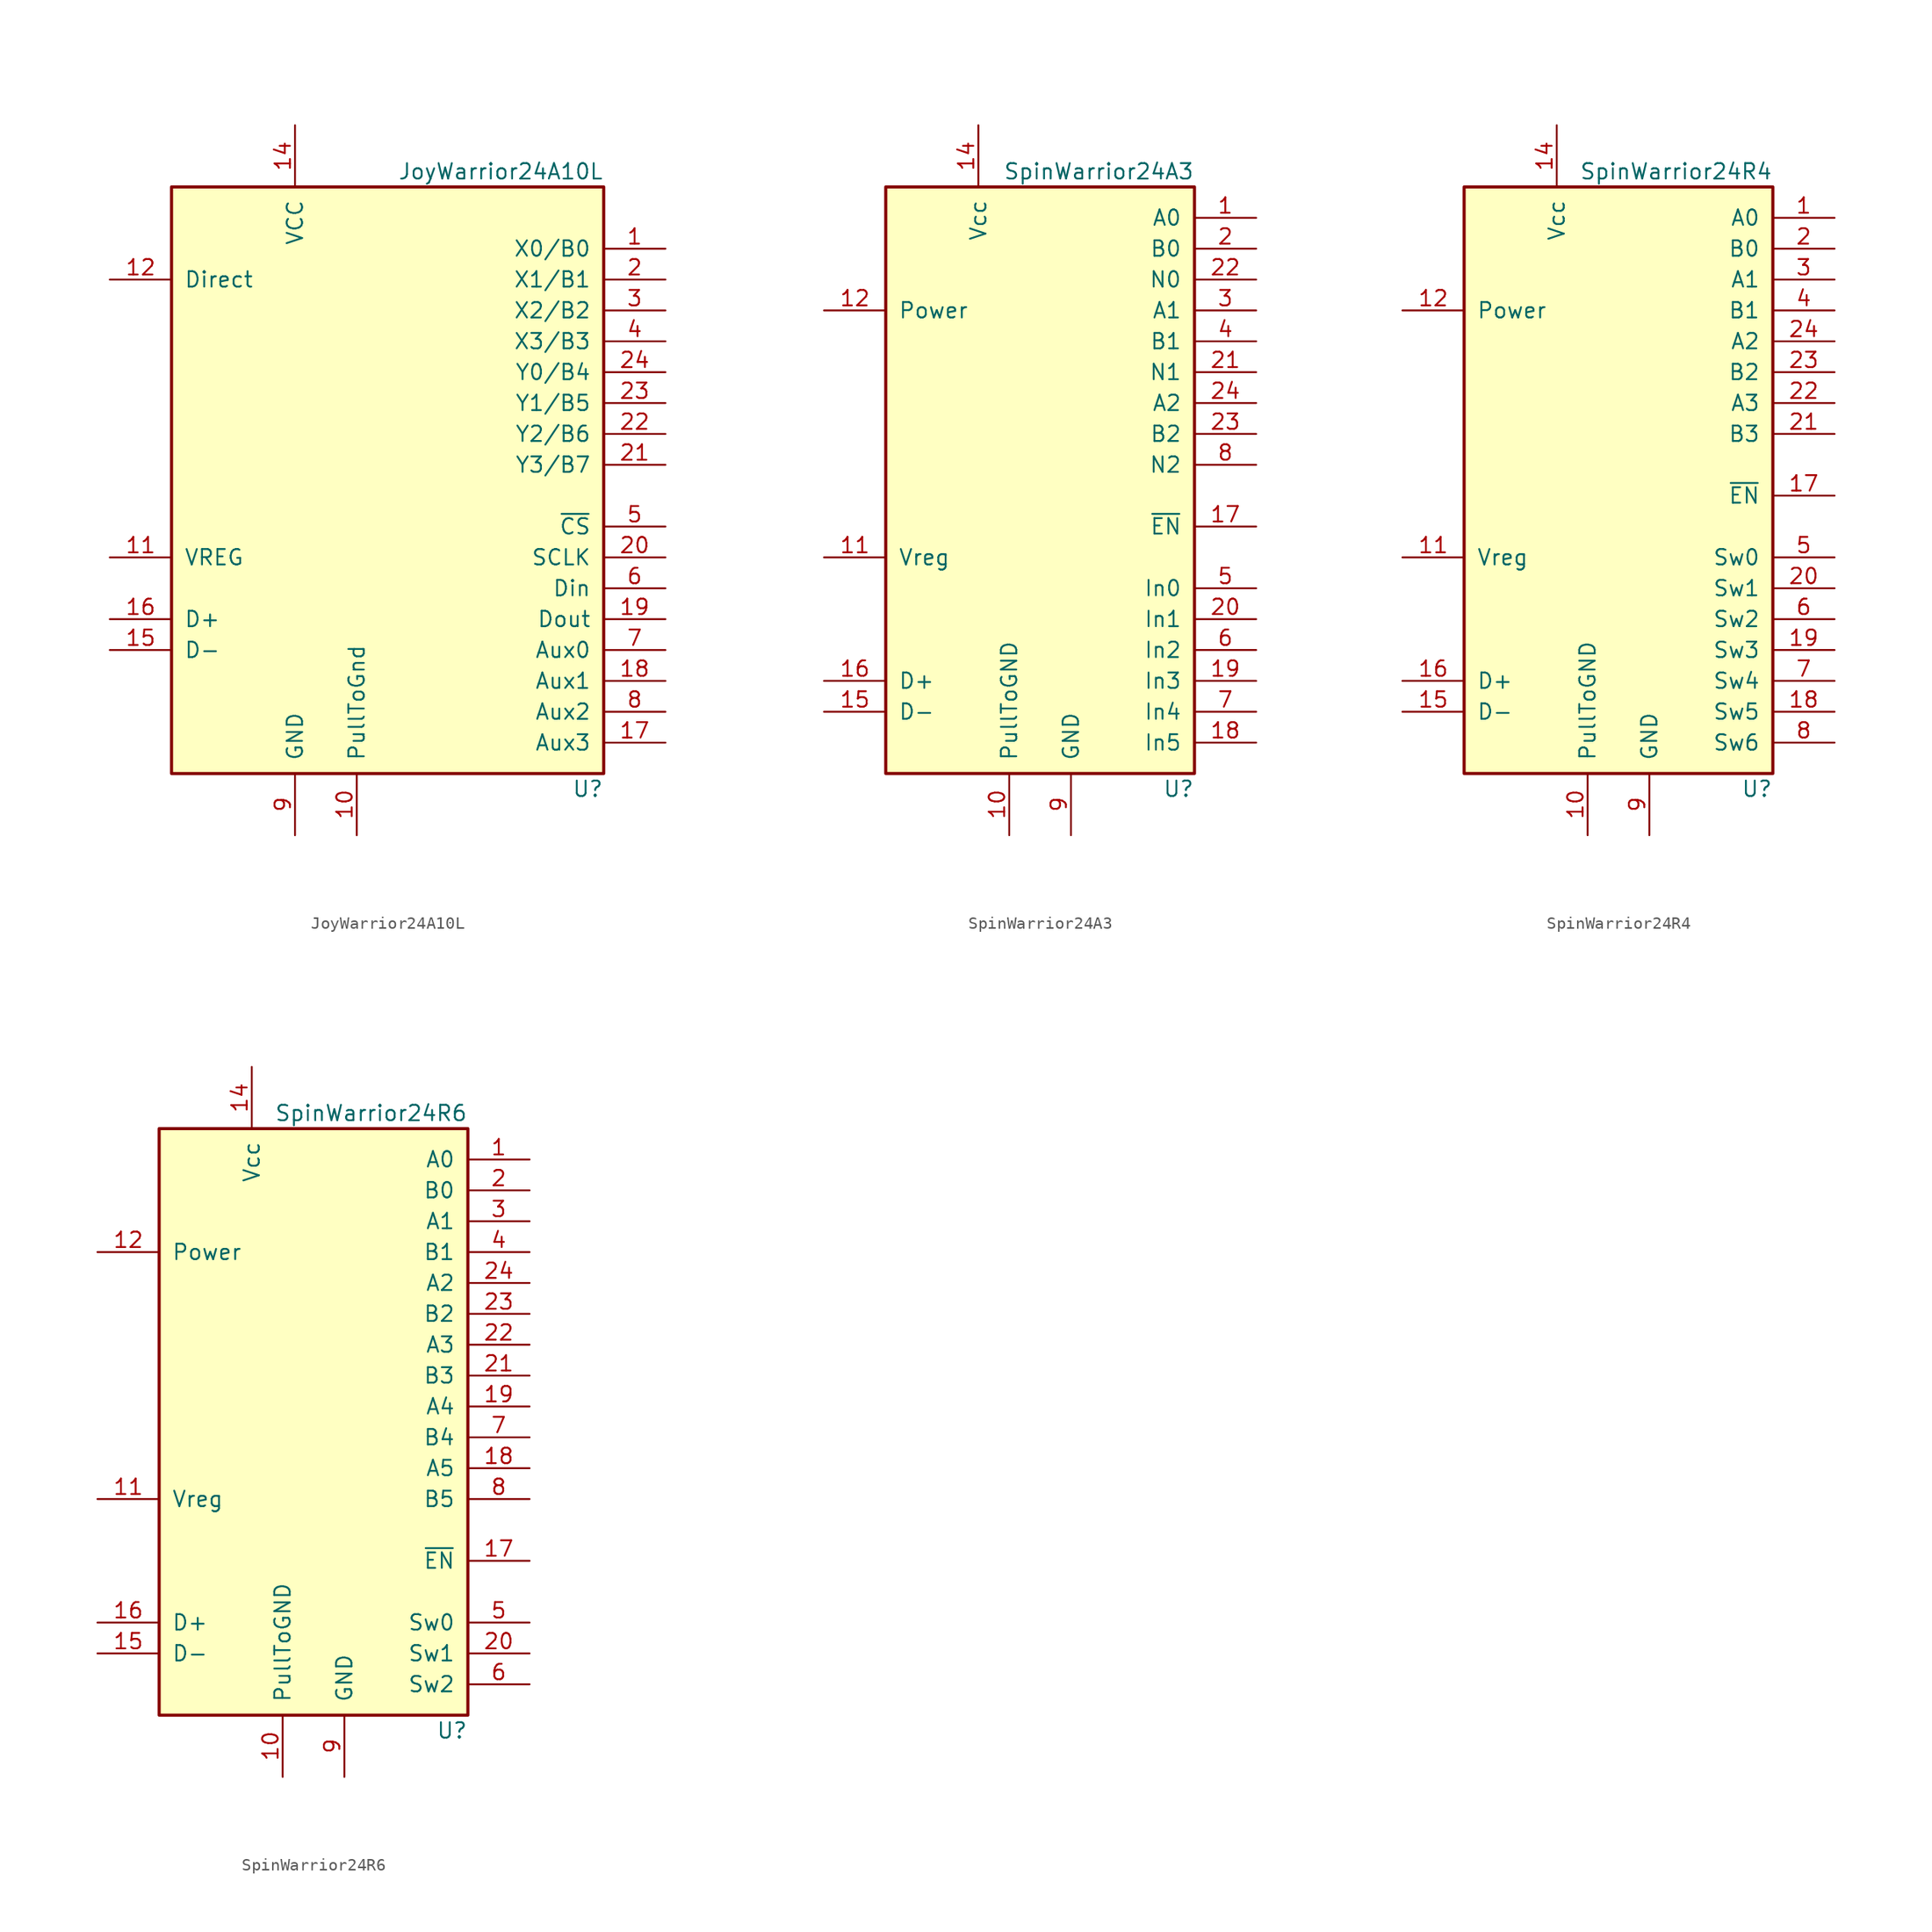
<source format=kicad_sym>
(kicad_symbol_lib
  (version 20201005)
  (generator kicad_symbol_editor)
  (symbol "JoyWarrior24A10L"
    (pin_names
      (offset 1.016))
    (property "Reference" "U"
      (at 17.78 -24.13 0)
      (effects (font (size 1.27 1.27)) (justify right)))
    (property "Value" "JoyWarrior24A10L"
      (at 17.78 26.67 0)
      (effects (font (size 1.27 1.27)) (justify right)))
    (symbol "JoyWarrior24A10L_0_1"
      (rectangle (start -17.78 25.4) (end 17.78 -22.86) (stroke (width 0.254)) (fill (type background))))
    (symbol "JoyWarrior24A10L_1_1"
      (pin input line (at 22.86 20.32 180) (length 5.08) (name "X0/B0" (effects (font (size 1.27 1.27)))) (number "1" (effects (font (size 1.27 1.27)))))
      (pin input line (at -2.54 -27.94 90) (length 5.08) (name "PullToGnd" (effects (font (size 1.27 1.27)))) (number "10" (effects (font (size 1.27 1.27)))))
      (pin power_out line (at -22.86 -5.08 0) (length 5.08) (name "VREG" (effects (font (size 1.27 1.27)))) (number "11" (effects (font (size 1.27 1.27)))))
      (pin input line (at -22.86 17.78 0) (length 5.08) (name "Direct" (effects (font (size 1.27 1.27)))) (number "12" (effects (font (size 1.27 1.27)))))
      (pin no_connect line (at -22.86 22.86 0) (length 5.08) hide (name "NC" (effects (font (size 1.27 1.27)))) (number "13" (effects (font (size 1.27 1.27)))))
      (pin power_in line (at -7.62 30.48 270) (length 5.08) (name "VCC" (effects (font (size 1.27 1.27)))) (number "14" (effects (font (size 1.27 1.27)))))
      (pin bidirectional line (at -22.86 -12.7 0) (length 5.08) (name "D-" (effects (font (size 1.27 1.27)))) (number "15" (effects (font (size 1.27 1.27)))))
      (pin bidirectional line (at -22.86 -10.16 0) (length 5.08) (name "D+" (effects (font (size 1.27 1.27)))) (number "16" (effects (font (size 1.27 1.27)))))
      (pin output line (at 22.86 -20.32 180) (length 5.08) (name "Aux3" (effects (font (size 1.27 1.27)))) (number "17" (effects (font (size 1.27 1.27)))))
      (pin output line (at 22.86 -15.24 180) (length 5.08) (name "Aux1" (effects (font (size 1.27 1.27)))) (number "18" (effects (font (size 1.27 1.27)))))
      (pin output line (at 22.86 -10.16 180) (length 5.08) (name "Dout" (effects (font (size 1.27 1.27)))) (number "19" (effects (font (size 1.27 1.27)))))
      (pin input line (at 22.86 17.78 180) (length 5.08) (name "X1/B1" (effects (font (size 1.27 1.27)))) (number "2" (effects (font (size 1.27 1.27)))))
      (pin output line (at 22.86 -5.08 180) (length 5.08) (name "SCLK" (effects (font (size 1.27 1.27)))) (number "20" (effects (font (size 1.27 1.27)))))
      (pin input line (at 22.86 2.54 180) (length 5.08) (name "Y3/B7" (effects (font (size 1.27 1.27)))) (number "21" (effects (font (size 1.27 1.27)))))
      (pin input line (at 22.86 5.08 180) (length 5.08) (name "Y2/B6" (effects (font (size 1.27 1.27)))) (number "22" (effects (font (size 1.27 1.27)))))
      (pin input line (at 22.86 7.62 180) (length 5.08) (name "Y1/B5" (effects (font (size 1.27 1.27)))) (number "23" (effects (font (size 1.27 1.27)))))
      (pin input line (at 22.86 10.16 180) (length 5.08) (name "Y0/B4" (effects (font (size 1.27 1.27)))) (number "24" (effects (font (size 1.27 1.27)))))
      (pin input line (at 22.86 15.24 180) (length 5.08) (name "X2/B2" (effects (font (size 1.27 1.27)))) (number "3" (effects (font (size 1.27 1.27)))))
      (pin input line (at 22.86 12.7 180) (length 5.08) (name "X3/B3" (effects (font (size 1.27 1.27)))) (number "4" (effects (font (size 1.27 1.27)))))
      (pin output line (at 22.86 -2.54 180) (length 5.08) (name "~CS" (effects (font (size 1.27 1.27)))) (number "5" (effects (font (size 1.27 1.27)))))
      (pin input line (at 22.86 -7.62 180) (length 5.08) (name "Din" (effects (font (size 1.27 1.27)))) (number "6" (effects (font (size 1.27 1.27)))))
      (pin output line (at 22.86 -12.7 180) (length 5.08) (name "Aux0" (effects (font (size 1.27 1.27)))) (number "7" (effects (font (size 1.27 1.27)))))
      (pin output line (at 22.86 -17.78 180) (length 5.08) (name "Aux2" (effects (font (size 1.27 1.27)))) (number "8" (effects (font (size 1.27 1.27)))))
      (pin power_in line (at -7.62 -27.94 90) (length 5.08) (name "GND" (effects (font (size 1.27 1.27)))) (number "9" (effects (font (size 1.27 1.27)))))))
  (symbol "SpinWarrior24A3"
    (pin_names
      (offset 1.016))
    (property "Reference" "U"
      (at 12.7 -24.13 0)
      (effects (font (size 1.27 1.27)) (justify right)))
    (property "Value" "SpinWarrior24A3"
      (at 12.7 26.67 0)
      (effects (font (size 1.27 1.27)) (justify right)))
    (symbol "SpinWarrior24A3_1_1"
      (rectangle (start -12.7 25.4) (end 12.7 -22.86) (stroke (width 0.254)) (fill (type background)))
      (pin input line (at 17.78 22.86 180) (length 5.08) (name "A0" (effects (font (size 1.27 1.27)))) (number "1" (effects (font (size 1.27 1.27)))))
      (pin input line (at -2.54 -27.94 90) (length 5.08) (name "PullToGND" (effects (font (size 1.27 1.27)))) (number "10" (effects (font (size 1.27 1.27)))))
      (pin power_out line (at -17.78 -5.08 0) (length 5.08) (name "Vreg" (effects (font (size 1.27 1.27)))) (number "11" (effects (font (size 1.27 1.27)))))
      (pin input line (at -17.78 15.24 0) (length 5.08) (name "Power" (effects (font (size 1.27 1.27)))) (number "12" (effects (font (size 1.27 1.27)))))
      (pin no_connect line (at -17.78 22.86 0) (length 5.08) hide (name "NC" (effects (font (size 1.27 1.27)))) (number "13" (effects (font (size 1.27 1.27)))))
      (pin power_in line (at -5.08 30.48 270) (length 5.08) (name "Vcc" (effects (font (size 1.27 1.27)))) (number "14" (effects (font (size 1.27 1.27)))))
      (pin bidirectional line (at -17.78 -17.78 0) (length 5.08) (name "D-" (effects (font (size 1.27 1.27)))) (number "15" (effects (font (size 1.27 1.27)))))
      (pin bidirectional line (at -17.78 -15.24 0) (length 5.08) (name "D+" (effects (font (size 1.27 1.27)))) (number "16" (effects (font (size 1.27 1.27)))))
      (pin open_collector line (at 17.78 -2.54 180) (length 5.08) (name "~EN" (effects (font (size 1.27 1.27)))) (number "17" (effects (font (size 1.27 1.27)))))
      (pin input line (at 17.78 -20.32 180) (length 5.08) (name "In5" (effects (font (size 1.27 1.27)))) (number "18" (effects (font (size 1.27 1.27)))))
      (pin input line (at 17.78 -15.24 180) (length 5.08) (name "In3" (effects (font (size 1.27 1.27)))) (number "19" (effects (font (size 1.27 1.27)))))
      (pin input line (at 17.78 20.32 180) (length 5.08) (name "B0" (effects (font (size 1.27 1.27)))) (number "2" (effects (font (size 1.27 1.27)))))
      (pin input line (at 17.78 -10.16 180) (length 5.08) (name "In1" (effects (font (size 1.27 1.27)))) (number "20" (effects (font (size 1.27 1.27)))))
      (pin input line (at 17.78 10.16 180) (length 5.08) (name "N1" (effects (font (size 1.27 1.27)))) (number "21" (effects (font (size 1.27 1.27)))))
      (pin input line (at 17.78 17.78 180) (length 5.08) (name "N0" (effects (font (size 1.27 1.27)))) (number "22" (effects (font (size 1.27 1.27)))))
      (pin input line (at 17.78 5.08 180) (length 5.08) (name "B2" (effects (font (size 1.27 1.27)))) (number "23" (effects (font (size 1.27 1.27)))))
      (pin input line (at 17.78 7.62 180) (length 5.08) (name "A2" (effects (font (size 1.27 1.27)))) (number "24" (effects (font (size 1.27 1.27)))))
      (pin input line (at 17.78 15.24 180) (length 5.08) (name "A1" (effects (font (size 1.27 1.27)))) (number "3" (effects (font (size 1.27 1.27)))))
      (pin input line (at 17.78 12.7 180) (length 5.08) (name "B1" (effects (font (size 1.27 1.27)))) (number "4" (effects (font (size 1.27 1.27)))))
      (pin input line (at 17.78 -7.62 180) (length 5.08) (name "In0" (effects (font (size 1.27 1.27)))) (number "5" (effects (font (size 1.27 1.27)))))
      (pin input line (at 17.78 -12.7 180) (length 5.08) (name "In2" (effects (font (size 1.27 1.27)))) (number "6" (effects (font (size 1.27 1.27)))))
      (pin input line (at 17.78 -17.78 180) (length 5.08) (name "In4" (effects (font (size 1.27 1.27)))) (number "7" (effects (font (size 1.27 1.27)))))
      (pin input line (at 17.78 2.54 180) (length 5.08) (name "N2" (effects (font (size 1.27 1.27)))) (number "8" (effects (font (size 1.27 1.27)))))
      (pin power_in line (at 2.54 -27.94 90) (length 5.08) (name "GND" (effects (font (size 1.27 1.27)))) (number "9" (effects (font (size 1.27 1.27)))))))
  (symbol "SpinWarrior24R4"
    (pin_names
      (offset 1.016))
    (property "Reference" "U"
      (at 12.7 -24.13 0)
      (effects (font (size 1.27 1.27)) (justify right)))
    (property "Value" "SpinWarrior24R4"
      (at 12.7 26.67 0)
      (effects (font (size 1.27 1.27)) (justify right)))
    (symbol "SpinWarrior24R4_1_1"
      (rectangle (start -12.7 25.4) (end 12.7 -22.86) (stroke (width 0.254)) (fill (type background)))
      (pin input line (at 17.78 22.86 180) (length 5.08) (name "A0" (effects (font (size 1.27 1.27)))) (number "1" (effects (font (size 1.27 1.27)))))
      (pin input line (at -2.54 -27.94 90) (length 5.08) (name "PullToGND" (effects (font (size 1.27 1.27)))) (number "10" (effects (font (size 1.27 1.27)))))
      (pin power_out line (at -17.78 -5.08 0) (length 5.08) (name "Vreg" (effects (font (size 1.27 1.27)))) (number "11" (effects (font (size 1.27 1.27)))))
      (pin input line (at -17.78 15.24 0) (length 5.08) (name "Power" (effects (font (size 1.27 1.27)))) (number "12" (effects (font (size 1.27 1.27)))))
      (pin no_connect line (at -17.78 22.86 0) (length 5.08) hide (name "NC" (effects (font (size 1.27 1.27)))) (number "13" (effects (font (size 1.27 1.27)))))
      (pin power_in line (at -5.08 30.48 270) (length 5.08) (name "Vcc" (effects (font (size 1.27 1.27)))) (number "14" (effects (font (size 1.27 1.27)))))
      (pin bidirectional line (at -17.78 -17.78 0) (length 5.08) (name "D-" (effects (font (size 1.27 1.27)))) (number "15" (effects (font (size 1.27 1.27)))))
      (pin bidirectional line (at -17.78 -15.24 0) (length 5.08) (name "D+" (effects (font (size 1.27 1.27)))) (number "16" (effects (font (size 1.27 1.27)))))
      (pin open_collector line (at 17.78 0 180) (length 5.08) (name "~EN" (effects (font (size 1.27 1.27)))) (number "17" (effects (font (size 1.27 1.27)))))
      (pin input line (at 17.78 -17.78 180) (length 5.08) (name "Sw5" (effects (font (size 1.27 1.27)))) (number "18" (effects (font (size 1.27 1.27)))))
      (pin input line (at 17.78 -12.7 180) (length 5.08) (name "Sw3" (effects (font (size 1.27 1.27)))) (number "19" (effects (font (size 1.27 1.27)))))
      (pin input line (at 17.78 20.32 180) (length 5.08) (name "B0" (effects (font (size 1.27 1.27)))) (number "2" (effects (font (size 1.27 1.27)))))
      (pin input line (at 17.78 -7.62 180) (length 5.08) (name "Sw1" (effects (font (size 1.27 1.27)))) (number "20" (effects (font (size 1.27 1.27)))))
      (pin input line (at 17.78 5.08 180) (length 5.08) (name "B3" (effects (font (size 1.27 1.27)))) (number "21" (effects (font (size 1.27 1.27)))))
      (pin input line (at 17.78 7.62 180) (length 5.08) (name "A3" (effects (font (size 1.27 1.27)))) (number "22" (effects (font (size 1.27 1.27)))))
      (pin input line (at 17.78 10.16 180) (length 5.08) (name "B2" (effects (font (size 1.27 1.27)))) (number "23" (effects (font (size 1.27 1.27)))))
      (pin input line (at 17.78 12.7 180) (length 5.08) (name "A2" (effects (font (size 1.27 1.27)))) (number "24" (effects (font (size 1.27 1.27)))))
      (pin input line (at 17.78 17.78 180) (length 5.08) (name "A1" (effects (font (size 1.27 1.27)))) (number "3" (effects (font (size 1.27 1.27)))))
      (pin input line (at 17.78 15.24 180) (length 5.08) (name "B1" (effects (font (size 1.27 1.27)))) (number "4" (effects (font (size 1.27 1.27)))))
      (pin input line (at 17.78 -5.08 180) (length 5.08) (name "Sw0" (effects (font (size 1.27 1.27)))) (number "5" (effects (font (size 1.27 1.27)))))
      (pin input line (at 17.78 -10.16 180) (length 5.08) (name "Sw2" (effects (font (size 1.27 1.27)))) (number "6" (effects (font (size 1.27 1.27)))))
      (pin input line (at 17.78 -15.24 180) (length 5.08) (name "Sw4" (effects (font (size 1.27 1.27)))) (number "7" (effects (font (size 1.27 1.27)))))
      (pin input line (at 17.78 -20.32 180) (length 5.08) (name "Sw6" (effects (font (size 1.27 1.27)))) (number "8" (effects (font (size 1.27 1.27)))))
      (pin power_in line (at 2.54 -27.94 90) (length 5.08) (name "GND" (effects (font (size 1.27 1.27)))) (number "9" (effects (font (size 1.27 1.27)))))))
  (symbol "SpinWarrior24R6"
    (pin_names
      (offset 1.016))
    (property "Reference" "U"
      (at 12.7 -24.13 0)
      (effects (font (size 1.27 1.27)) (justify right)))
    (property "Value" "SpinWarrior24R6"
      (at 12.7 26.67 0)
      (effects (font (size 1.27 1.27)) (justify right)))
    (symbol "SpinWarrior24R6_1_1"
      (rectangle (start -12.7 25.4) (end 12.7 -22.86) (stroke (width 0.254)) (fill (type background)))
      (pin input line (at 17.78 22.86 180) (length 5.08) (name "A0" (effects (font (size 1.27 1.27)))) (number "1" (effects (font (size 1.27 1.27)))))
      (pin input line (at -2.54 -27.94 90) (length 5.08) (name "PullToGND" (effects (font (size 1.27 1.27)))) (number "10" (effects (font (size 1.27 1.27)))))
      (pin power_out line (at -17.78 -5.08 0) (length 5.08) (name "Vreg" (effects (font (size 1.27 1.27)))) (number "11" (effects (font (size 1.27 1.27)))))
      (pin input line (at -17.78 15.24 0) (length 5.08) (name "Power" (effects (font (size 1.27 1.27)))) (number "12" (effects (font (size 1.27 1.27)))))
      (pin no_connect line (at -17.78 22.86 0) (length 5.08) hide (name "NC" (effects (font (size 1.27 1.27)))) (number "13" (effects (font (size 1.27 1.27)))))
      (pin power_in line (at -5.08 30.48 270) (length 5.08) (name "Vcc" (effects (font (size 1.27 1.27)))) (number "14" (effects (font (size 1.27 1.27)))))
      (pin bidirectional line (at -17.78 -17.78 0) (length 5.08) (name "D-" (effects (font (size 1.27 1.27)))) (number "15" (effects (font (size 1.27 1.27)))))
      (pin bidirectional line (at -17.78 -15.24 0) (length 5.08) (name "D+" (effects (font (size 1.27 1.27)))) (number "16" (effects (font (size 1.27 1.27)))))
      (pin open_collector line (at 17.78 -10.16 180) (length 5.08) (name "~EN" (effects (font (size 1.27 1.27)))) (number "17" (effects (font (size 1.27 1.27)))))
      (pin input line (at 17.78 -2.54 180) (length 5.08) (name "A5" (effects (font (size 1.27 1.27)))) (number "18" (effects (font (size 1.27 1.27)))))
      (pin input line (at 17.78 2.54 180) (length 5.08) (name "A4" (effects (font (size 1.27 1.27)))) (number "19" (effects (font (size 1.27 1.27)))))
      (pin input line (at 17.78 20.32 180) (length 5.08) (name "B0" (effects (font (size 1.27 1.27)))) (number "2" (effects (font (size 1.27 1.27)))))
      (pin input line (at 17.78 -17.78 180) (length 5.08) (name "Sw1" (effects (font (size 1.27 1.27)))) (number "20" (effects (font (size 1.27 1.27)))))
      (pin input line (at 17.78 5.08 180) (length 5.08) (name "B3" (effects (font (size 1.27 1.27)))) (number "21" (effects (font (size 1.27 1.27)))))
      (pin input line (at 17.78 7.62 180) (length 5.08) (name "A3" (effects (font (size 1.27 1.27)))) (number "22" (effects (font (size 1.27 1.27)))))
      (pin input line (at 17.78 10.16 180) (length 5.08) (name "B2" (effects (font (size 1.27 1.27)))) (number "23" (effects (font (size 1.27 1.27)))))
      (pin input line (at 17.78 12.7 180) (length 5.08) (name "A2" (effects (font (size 1.27 1.27)))) (number "24" (effects (font (size 1.27 1.27)))))
      (pin input line (at 17.78 17.78 180) (length 5.08) (name "A1" (effects (font (size 1.27 1.27)))) (number "3" (effects (font (size 1.27 1.27)))))
      (pin input line (at 17.78 15.24 180) (length 5.08) (name "B1" (effects (font (size 1.27 1.27)))) (number "4" (effects (font (size 1.27 1.27)))))
      (pin input line (at 17.78 -15.24 180) (length 5.08) (name "Sw0" (effects (font (size 1.27 1.27)))) (number "5" (effects (font (size 1.27 1.27)))))
      (pin input line (at 17.78 -20.32 180) (length 5.08) (name "Sw2" (effects (font (size 1.27 1.27)))) (number "6" (effects (font (size 1.27 1.27)))))
      (pin input line (at 17.78 0 180) (length 5.08) (name "B4" (effects (font (size 1.27 1.27)))) (number "7" (effects (font (size 1.27 1.27)))))
      (pin input line (at 17.78 -5.08 180) (length 5.08) (name "B5" (effects (font (size 1.27 1.27)))) (number "8" (effects (font (size 1.27 1.27)))))
      (pin power_in line (at 2.54 -27.94 90) (length 5.08) (name "GND" (effects (font (size 1.27 1.27)))) (number "9" (effects (font (size 1.27 1.27))))))))
</source>
